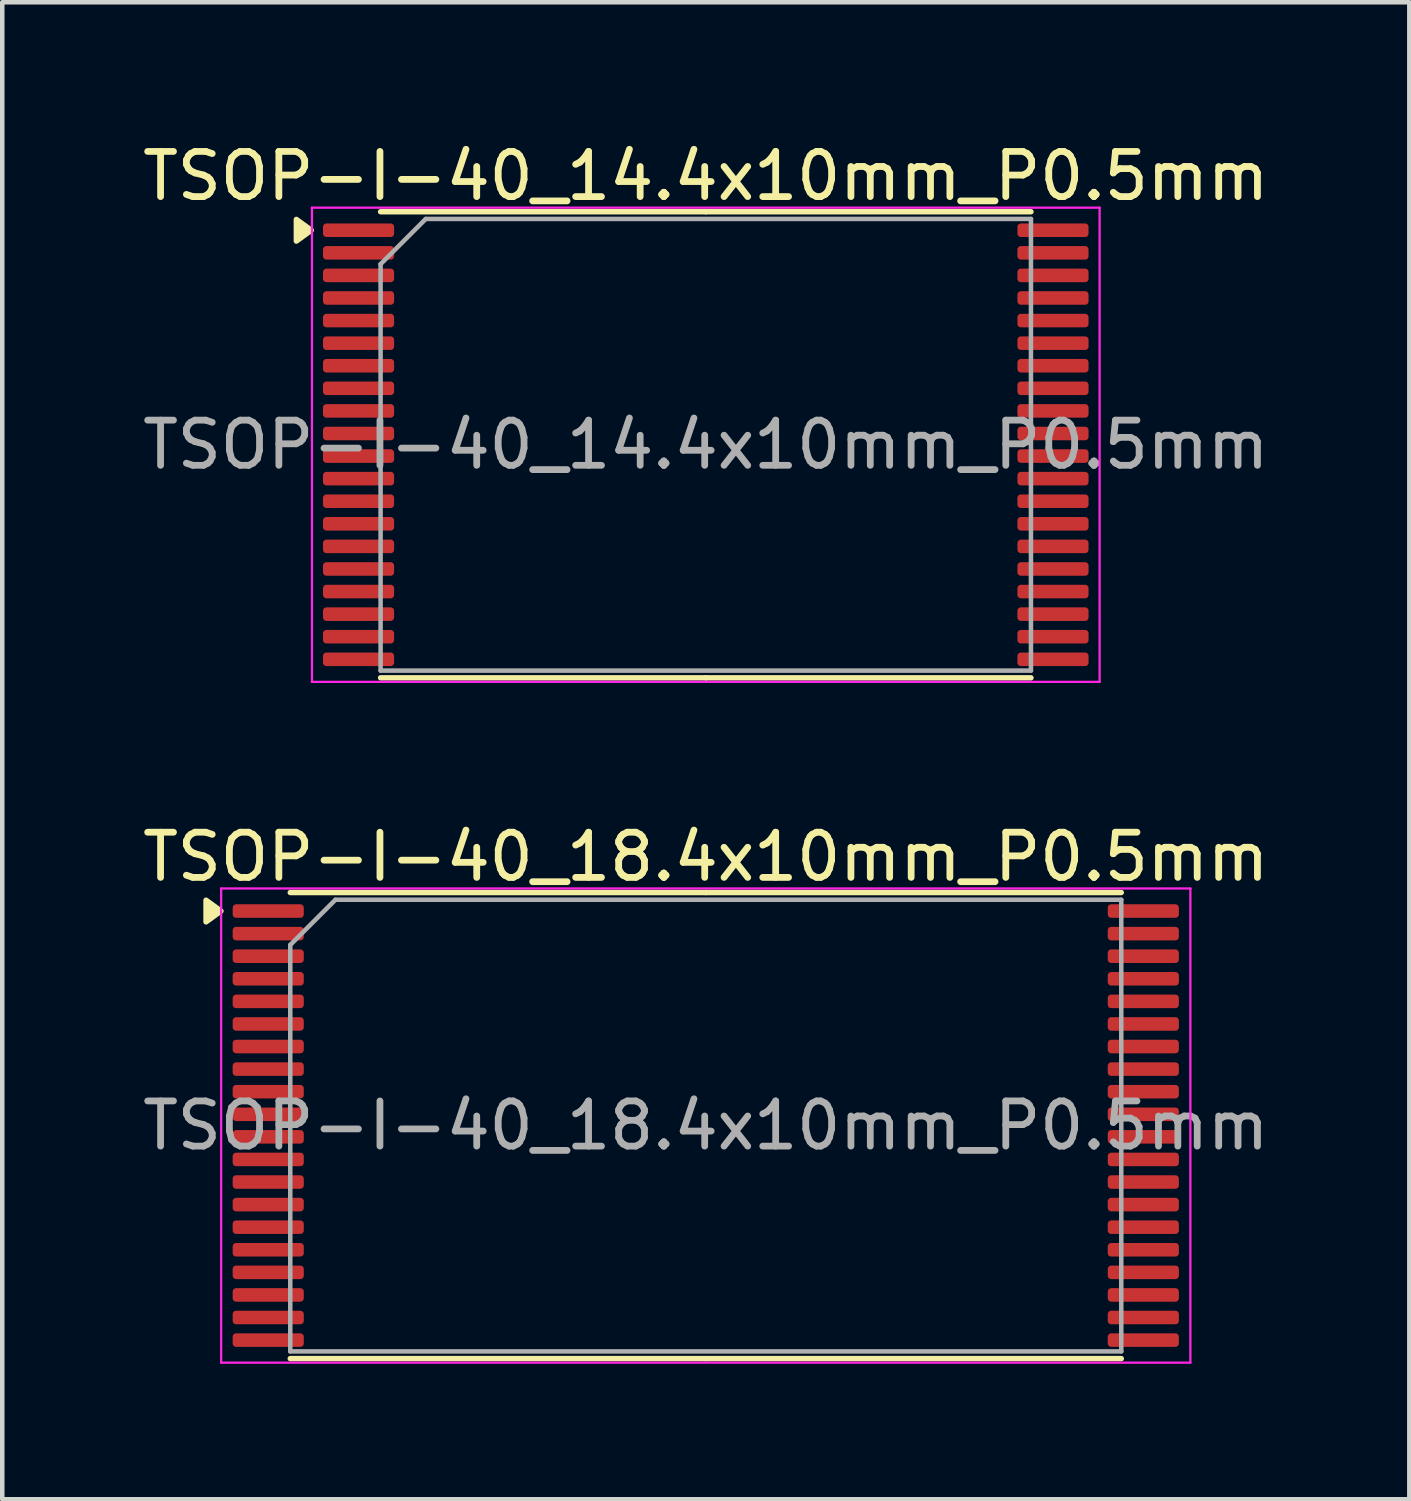
<source format=kicad_pcb>
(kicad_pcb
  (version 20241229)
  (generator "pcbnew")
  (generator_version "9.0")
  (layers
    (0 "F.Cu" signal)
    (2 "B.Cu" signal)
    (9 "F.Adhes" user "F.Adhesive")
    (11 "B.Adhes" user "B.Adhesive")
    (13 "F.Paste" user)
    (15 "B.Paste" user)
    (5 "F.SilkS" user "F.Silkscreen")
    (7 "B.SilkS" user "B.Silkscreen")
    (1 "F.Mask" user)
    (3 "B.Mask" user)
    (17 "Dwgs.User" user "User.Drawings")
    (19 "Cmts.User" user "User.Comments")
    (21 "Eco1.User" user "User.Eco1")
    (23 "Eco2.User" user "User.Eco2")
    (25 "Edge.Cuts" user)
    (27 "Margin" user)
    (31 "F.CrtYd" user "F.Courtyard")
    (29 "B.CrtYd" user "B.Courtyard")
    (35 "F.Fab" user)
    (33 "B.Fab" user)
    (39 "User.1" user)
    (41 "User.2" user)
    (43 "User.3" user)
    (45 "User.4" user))
  (footprint "TSOP-I-40_18.4x10mm_P0.5mm"
    (layer "F.Cu")
    (at 12.577 21.872)
    (property "Reference" "TSOP-I-40_18.4x10mm_P0.5mm" (at 0 -5.95 0) (layer "F.SilkS") (effects (font (size 1 1) (thickness 0.15))))
    (attr smd)
    (fp_line (start 0 -5.16) (end -9.2 -5.16) (stroke (width 0.12) (type solid)) (layer "F.SilkS"))
    (fp_line (start 0 -5.16) (end 9.2 -5.16) (stroke (width 0.12) (type solid)) (layer "F.SilkS"))
    (fp_line (start 0 5.16) (end -9.2 5.16) (stroke (width 0.12) (type solid)) (layer "F.SilkS"))
    (fp_line (start 0 5.16) (end 9.2 5.16) (stroke (width 0.12) (type solid)) (layer "F.SilkS"))
    (fp_poly (pts (xy -10.735 -4.75) (xy -11.065 -4.99) (xy -11.065 -4.51) (xy -10.735 -4.75)) (stroke (width 0.12) (type solid)) (fill yes) (layer "F.SilkS"))
    (fp_line (start -10.73 -5.25) (end -10.73 5.25) (stroke (width 0.05) (type solid)) (layer "F.CrtYd"))
    (fp_line (start -10.73 5.25) (end 10.73 5.25) (stroke (width 0.05) (type solid)) (layer "F.CrtYd"))
    (fp_line (start 10.73 -5.25) (end -10.73 -5.25) (stroke (width 0.05) (type solid)) (layer "F.CrtYd"))
    (fp_line (start 10.73 5.25) (end 10.73 -5.25) (stroke (width 0.05) (type solid)) (layer "F.CrtYd"))
    (fp_line (start -9.2 -4) (end -8.2 -5) (stroke (width 0.1) (type solid)) (layer "F.Fab"))
    (fp_line (start -9.2 5) (end -9.2 -4) (stroke (width 0.1) (type solid)) (layer "F.Fab"))
    (fp_line (start -8.2 -5) (end 9.2 -5) (stroke (width 0.1) (type solid)) (layer "F.Fab"))
    (fp_line (start 9.2 -5) (end 9.2 5) (stroke (width 0.1) (type solid)) (layer "F.Fab"))
    (fp_line (start 9.2 5) (end -9.2 5) (stroke (width 0.1) (type solid)) (layer "F.Fab"))
    (fp_text user "${REFERENCE}" (at 0 0 0) (layer "F.Fab") (effects (font (size 1 1) (thickness 0.15))))
    (pad "1" smd roundrect (at -9.688 -4.75) (size 1.575 0.3) (layers "F.Cu" "F.Mask" "F.Paste") (roundrect_rratio 0.25))
    (pad "2" smd roundrect (at -9.688 -4.25) (size 1.575 0.3) (layers "F.Cu" "F.Mask" "F.Paste") (roundrect_rratio 0.25))
    (pad "3" smd roundrect (at -9.688 -3.75) (size 1.575 0.3) (layers "F.Cu" "F.Mask" "F.Paste") (roundrect_rratio 0.25))
    (pad "4" smd roundrect (at -9.688 -3.25) (size 1.575 0.3) (layers "F.Cu" "F.Mask" "F.Paste") (roundrect_rratio 0.25))
    (pad "5" smd roundrect (at -9.688 -2.75) (size 1.575 0.3) (layers "F.Cu" "F.Mask" "F.Paste") (roundrect_rratio 0.25))
    (pad "6" smd roundrect (at -9.688 -2.25) (size 1.575 0.3) (layers "F.Cu" "F.Mask" "F.Paste") (roundrect_rratio 0.25))
    (pad "7" smd roundrect (at -9.688 -1.75) (size 1.575 0.3) (layers "F.Cu" "F.Mask" "F.Paste") (roundrect_rratio 0.25))
    (pad "8" smd roundrect (at -9.688 -1.25) (size 1.575 0.3) (layers "F.Cu" "F.Mask" "F.Paste") (roundrect_rratio 0.25))
    (pad "9" smd roundrect (at -9.688 -0.75) (size 1.575 0.3) (layers "F.Cu" "F.Mask" "F.Paste") (roundrect_rratio 0.25))
    (pad "10" smd roundrect (at -9.688 -0.25) (size 1.575 0.3) (layers "F.Cu" "F.Mask" "F.Paste") (roundrect_rratio 0.25))
    (pad "11" smd roundrect (at -9.688 0.25) (size 1.575 0.3) (layers "F.Cu" "F.Mask" "F.Paste") (roundrect_rratio 0.25))
    (pad "12" smd roundrect (at -9.688 0.75) (size 1.575 0.3) (layers "F.Cu" "F.Mask" "F.Paste") (roundrect_rratio 0.25))
    (pad "13" smd roundrect (at -9.688 1.25) (size 1.575 0.3) (layers "F.Cu" "F.Mask" "F.Paste") (roundrect_rratio 0.25))
    (pad "14" smd roundrect (at -9.688 1.75) (size 1.575 0.3) (layers "F.Cu" "F.Mask" "F.Paste") (roundrect_rratio 0.25))
    (pad "15" smd roundrect (at -9.688 2.25) (size 1.575 0.3) (layers "F.Cu" "F.Mask" "F.Paste") (roundrect_rratio 0.25))
    (pad "16" smd roundrect (at -9.688 2.75) (size 1.575 0.3) (layers "F.Cu" "F.Mask" "F.Paste") (roundrect_rratio 0.25))
    (pad "17" smd roundrect (at -9.688 3.25) (size 1.575 0.3) (layers "F.Cu" "F.Mask" "F.Paste") (roundrect_rratio 0.25))
    (pad "18" smd roundrect (at -9.688 3.75) (size 1.575 0.3) (layers "F.Cu" "F.Mask" "F.Paste") (roundrect_rratio 0.25))
    (pad "19" smd roundrect (at -9.688 4.25) (size 1.575 0.3) (layers "F.Cu" "F.Mask" "F.Paste") (roundrect_rratio 0.25))
    (pad "20" smd roundrect (at -9.688 4.75) (size 1.575 0.3) (layers "F.Cu" "F.Mask" "F.Paste") (roundrect_rratio 0.25))
    (pad "21" smd roundrect (at 9.688 4.75) (size 1.575 0.3) (layers "F.Cu" "F.Mask" "F.Paste") (roundrect_rratio 0.25))
    (pad "22" smd roundrect (at 9.688 4.25) (size 1.575 0.3) (layers "F.Cu" "F.Mask" "F.Paste") (roundrect_rratio 0.25))
    (pad "23" smd roundrect (at 9.688 3.75) (size 1.575 0.3) (layers "F.Cu" "F.Mask" "F.Paste") (roundrect_rratio 0.25))
    (pad "24" smd roundrect (at 9.688 3.25) (size 1.575 0.3) (layers "F.Cu" "F.Mask" "F.Paste") (roundrect_rratio 0.25))
    (pad "25" smd roundrect (at 9.688 2.75) (size 1.575 0.3) (layers "F.Cu" "F.Mask" "F.Paste") (roundrect_rratio 0.25))
    (pad "26" smd roundrect (at 9.688 2.25) (size 1.575 0.3) (layers "F.Cu" "F.Mask" "F.Paste") (roundrect_rratio 0.25))
    (pad "27" smd roundrect (at 9.688 1.75) (size 1.575 0.3) (layers "F.Cu" "F.Mask" "F.Paste") (roundrect_rratio 0.25))
    (pad "28" smd roundrect (at 9.688 1.25) (size 1.575 0.3) (layers "F.Cu" "F.Mask" "F.Paste") (roundrect_rratio 0.25))
    (pad "29" smd roundrect (at 9.688 0.75) (size 1.575 0.3) (layers "F.Cu" "F.Mask" "F.Paste") (roundrect_rratio 0.25))
    (pad "30" smd roundrect (at 9.688 0.25) (size 1.575 0.3) (layers "F.Cu" "F.Mask" "F.Paste") (roundrect_rratio 0.25))
    (pad "31" smd roundrect (at 9.688 -0.25) (size 1.575 0.3) (layers "F.Cu" "F.Mask" "F.Paste") (roundrect_rratio 0.25))
    (pad "32" smd roundrect (at 9.688 -0.75) (size 1.575 0.3) (layers "F.Cu" "F.Mask" "F.Paste") (roundrect_rratio 0.25))
    (pad "33" smd roundrect (at 9.688 -1.25) (size 1.575 0.3) (layers "F.Cu" "F.Mask" "F.Paste") (roundrect_rratio 0.25))
    (pad "34" smd roundrect (at 9.688 -1.75) (size 1.575 0.3) (layers "F.Cu" "F.Mask" "F.Paste") (roundrect_rratio 0.25))
    (pad "35" smd roundrect (at 9.688 -2.25) (size 1.575 0.3) (layers "F.Cu" "F.Mask" "F.Paste") (roundrect_rratio 0.25))
    (pad "36" smd roundrect (at 9.688 -2.75) (size 1.575 0.3) (layers "F.Cu" "F.Mask" "F.Paste") (roundrect_rratio 0.25))
    (pad "37" smd roundrect (at 9.688 -3.25) (size 1.575 0.3) (layers "F.Cu" "F.Mask" "F.Paste") (roundrect_rratio 0.25))
    (pad "38" smd roundrect (at 9.688 -3.75) (size 1.575 0.3) (layers "F.Cu" "F.Mask" "F.Paste") (roundrect_rratio 0.25))
    (pad "39" smd roundrect (at 9.688 -4.25) (size 1.575 0.3) (layers "F.Cu" "F.Mask" "F.Paste") (roundrect_rratio 0.25))
    (pad "40" smd roundrect (at 9.688 -4.75) (size 1.575 0.3) (layers "F.Cu" "F.Mask" "F.Paste") (roundrect_rratio 0.25)))
  (footprint "TSOP-I-40_14.4x10mm_P0.5mm"
    (layer "F.Cu")
    (at 12.577 6.798)
    (property "Reference" "TSOP-I-40_14.4x10mm_P0.5mm" (at 0 -5.95 0) (layer "F.SilkS") (effects (font (size 1 1) (thickness 0.15))))
    (attr smd)
    (fp_line (start 0 -5.16) (end -7.2 -5.16) (stroke (width 0.12) (type solid)) (layer "F.SilkS"))
    (fp_line (start 0 -5.16) (end 7.2 -5.16) (stroke (width 0.12) (type solid)) (layer "F.SilkS"))
    (fp_line (start 0 5.16) (end -7.2 5.16) (stroke (width 0.12) (type solid)) (layer "F.SilkS"))
    (fp_line (start 0 5.16) (end 7.2 5.16) (stroke (width 0.12) (type solid)) (layer "F.SilkS"))
    (fp_poly (pts (xy -8.735 -4.75) (xy -9.065 -4.99) (xy -9.065 -4.51) (xy -8.735 -4.75)) (stroke (width 0.12) (type solid)) (fill yes) (layer "F.SilkS"))
    (fp_line (start -8.72 -5.25) (end -8.72 5.25) (stroke (width 0.05) (type solid)) (layer "F.CrtYd"))
    (fp_line (start -8.72 5.25) (end 8.72 5.25) (stroke (width 0.05) (type solid)) (layer "F.CrtYd"))
    (fp_line (start 8.72 -5.25) (end -8.72 -5.25) (stroke (width 0.05) (type solid)) (layer "F.CrtYd"))
    (fp_line (start 8.72 5.25) (end 8.72 -5.25) (stroke (width 0.05) (type solid)) (layer "F.CrtYd"))
    (fp_line (start -7.2 -4) (end -6.2 -5) (stroke (width 0.1) (type solid)) (layer "F.Fab"))
    (fp_line (start -7.2 5) (end -7.2 -4) (stroke (width 0.1) (type solid)) (layer "F.Fab"))
    (fp_line (start -6.2 -5) (end 7.2 -5) (stroke (width 0.1) (type solid)) (layer "F.Fab"))
    (fp_line (start 7.2 -5) (end 7.2 5) (stroke (width 0.1) (type solid)) (layer "F.Fab"))
    (fp_line (start 7.2 5) (end -7.2 5) (stroke (width 0.1) (type solid)) (layer "F.Fab"))
    (fp_text user "${REFERENCE}" (at 0 0 0) (layer "F.Fab") (effects (font (size 1 1) (thickness 0.15))))
    (pad "1" smd roundrect (at -7.688 -4.75) (size 1.575 0.3) (layers "F.Cu" "F.Mask" "F.Paste") (roundrect_rratio 0.25))
    (pad "2" smd roundrect (at -7.688 -4.25) (size 1.575 0.3) (layers "F.Cu" "F.Mask" "F.Paste") (roundrect_rratio 0.25))
    (pad "3" smd roundrect (at -7.688 -3.75) (size 1.575 0.3) (layers "F.Cu" "F.Mask" "F.Paste") (roundrect_rratio 0.25))
    (pad "4" smd roundrect (at -7.688 -3.25) (size 1.575 0.3) (layers "F.Cu" "F.Mask" "F.Paste") (roundrect_rratio 0.25))
    (pad "5" smd roundrect (at -7.688 -2.75) (size 1.575 0.3) (layers "F.Cu" "F.Mask" "F.Paste") (roundrect_rratio 0.25))
    (pad "6" smd roundrect (at -7.688 -2.25) (size 1.575 0.3) (layers "F.Cu" "F.Mask" "F.Paste") (roundrect_rratio 0.25))
    (pad "7" smd roundrect (at -7.688 -1.75) (size 1.575 0.3) (layers "F.Cu" "F.Mask" "F.Paste") (roundrect_rratio 0.25))
    (pad "8" smd roundrect (at -7.688 -1.25) (size 1.575 0.3) (layers "F.Cu" "F.Mask" "F.Paste") (roundrect_rratio 0.25))
    (pad "9" smd roundrect (at -7.688 -0.75) (size 1.575 0.3) (layers "F.Cu" "F.Mask" "F.Paste") (roundrect_rratio 0.25))
    (pad "10" smd roundrect (at -7.688 -0.25) (size 1.575 0.3) (layers "F.Cu" "F.Mask" "F.Paste") (roundrect_rratio 0.25))
    (pad "11" smd roundrect (at -7.688 0.25) (size 1.575 0.3) (layers "F.Cu" "F.Mask" "F.Paste") (roundrect_rratio 0.25))
    (pad "12" smd roundrect (at -7.688 0.75) (size 1.575 0.3) (layers "F.Cu" "F.Mask" "F.Paste") (roundrect_rratio 0.25))
    (pad "13" smd roundrect (at -7.688 1.25) (size 1.575 0.3) (layers "F.Cu" "F.Mask" "F.Paste") (roundrect_rratio 0.25))
    (pad "14" smd roundrect (at -7.688 1.75) (size 1.575 0.3) (layers "F.Cu" "F.Mask" "F.Paste") (roundrect_rratio 0.25))
    (pad "15" smd roundrect (at -7.688 2.25) (size 1.575 0.3) (layers "F.Cu" "F.Mask" "F.Paste") (roundrect_rratio 0.25))
    (pad "16" smd roundrect (at -7.688 2.75) (size 1.575 0.3) (layers "F.Cu" "F.Mask" "F.Paste") (roundrect_rratio 0.25))
    (pad "17" smd roundrect (at -7.688 3.25) (size 1.575 0.3) (layers "F.Cu" "F.Mask" "F.Paste") (roundrect_rratio 0.25))
    (pad "18" smd roundrect (at -7.688 3.75) (size 1.575 0.3) (layers "F.Cu" "F.Mask" "F.Paste") (roundrect_rratio 0.25))
    (pad "19" smd roundrect (at -7.688 4.25) (size 1.575 0.3) (layers "F.Cu" "F.Mask" "F.Paste") (roundrect_rratio 0.25))
    (pad "20" smd roundrect (at -7.688 4.75) (size 1.575 0.3) (layers "F.Cu" "F.Mask" "F.Paste") (roundrect_rratio 0.25))
    (pad "21" smd roundrect (at 7.688 4.75) (size 1.575 0.3) (layers "F.Cu" "F.Mask" "F.Paste") (roundrect_rratio 0.25))
    (pad "22" smd roundrect (at 7.688 4.25) (size 1.575 0.3) (layers "F.Cu" "F.Mask" "F.Paste") (roundrect_rratio 0.25))
    (pad "23" smd roundrect (at 7.688 3.75) (size 1.575 0.3) (layers "F.Cu" "F.Mask" "F.Paste") (roundrect_rratio 0.25))
    (pad "24" smd roundrect (at 7.688 3.25) (size 1.575 0.3) (layers "F.Cu" "F.Mask" "F.Paste") (roundrect_rratio 0.25))
    (pad "25" smd roundrect (at 7.688 2.75) (size 1.575 0.3) (layers "F.Cu" "F.Mask" "F.Paste") (roundrect_rratio 0.25))
    (pad "26" smd roundrect (at 7.688 2.25) (size 1.575 0.3) (layers "F.Cu" "F.Mask" "F.Paste") (roundrect_rratio 0.25))
    (pad "27" smd roundrect (at 7.688 1.75) (size 1.575 0.3) (layers "F.Cu" "F.Mask" "F.Paste") (roundrect_rratio 0.25))
    (pad "28" smd roundrect (at 7.688 1.25) (size 1.575 0.3) (layers "F.Cu" "F.Mask" "F.Paste") (roundrect_rratio 0.25))
    (pad "29" smd roundrect (at 7.688 0.75) (size 1.575 0.3) (layers "F.Cu" "F.Mask" "F.Paste") (roundrect_rratio 0.25))
    (pad "30" smd roundrect (at 7.688 0.25) (size 1.575 0.3) (layers "F.Cu" "F.Mask" "F.Paste") (roundrect_rratio 0.25))
    (pad "31" smd roundrect (at 7.688 -0.25) (size 1.575 0.3) (layers "F.Cu" "F.Mask" "F.Paste") (roundrect_rratio 0.25))
    (pad "32" smd roundrect (at 7.688 -0.75) (size 1.575 0.3) (layers "F.Cu" "F.Mask" "F.Paste") (roundrect_rratio 0.25))
    (pad "33" smd roundrect (at 7.688 -1.25) (size 1.575 0.3) (layers "F.Cu" "F.Mask" "F.Paste") (roundrect_rratio 0.25))
    (pad "34" smd roundrect (at 7.688 -1.75) (size 1.575 0.3) (layers "F.Cu" "F.Mask" "F.Paste") (roundrect_rratio 0.25))
    (pad "35" smd roundrect (at 7.688 -2.25) (size 1.575 0.3) (layers "F.Cu" "F.Mask" "F.Paste") (roundrect_rratio 0.25))
    (pad "36" smd roundrect (at 7.688 -2.75) (size 1.575 0.3) (layers "F.Cu" "F.Mask" "F.Paste") (roundrect_rratio 0.25))
    (pad "37" smd roundrect (at 7.688 -3.25) (size 1.575 0.3) (layers "F.Cu" "F.Mask" "F.Paste") (roundrect_rratio 0.25))
    (pad "38" smd roundrect (at 7.688 -3.75) (size 1.575 0.3) (layers "F.Cu" "F.Mask" "F.Paste") (roundrect_rratio 0.25))
    (pad "39" smd roundrect (at 7.688 -4.25) (size 1.575 0.3) (layers "F.Cu" "F.Mask" "F.Paste") (roundrect_rratio 0.25))
    (pad "40" smd roundrect (at 7.688 -4.75) (size 1.575 0.3) (layers "F.Cu" "F.Mask" "F.Paste") (roundrect_rratio 0.25)))
  (gr_rect
    (start -3 -3)
    (end 28.155 30.146)
    (stroke (width 0.1) (type default))
    (fill no)
    (layer "Edge.Cuts")))
</source>
